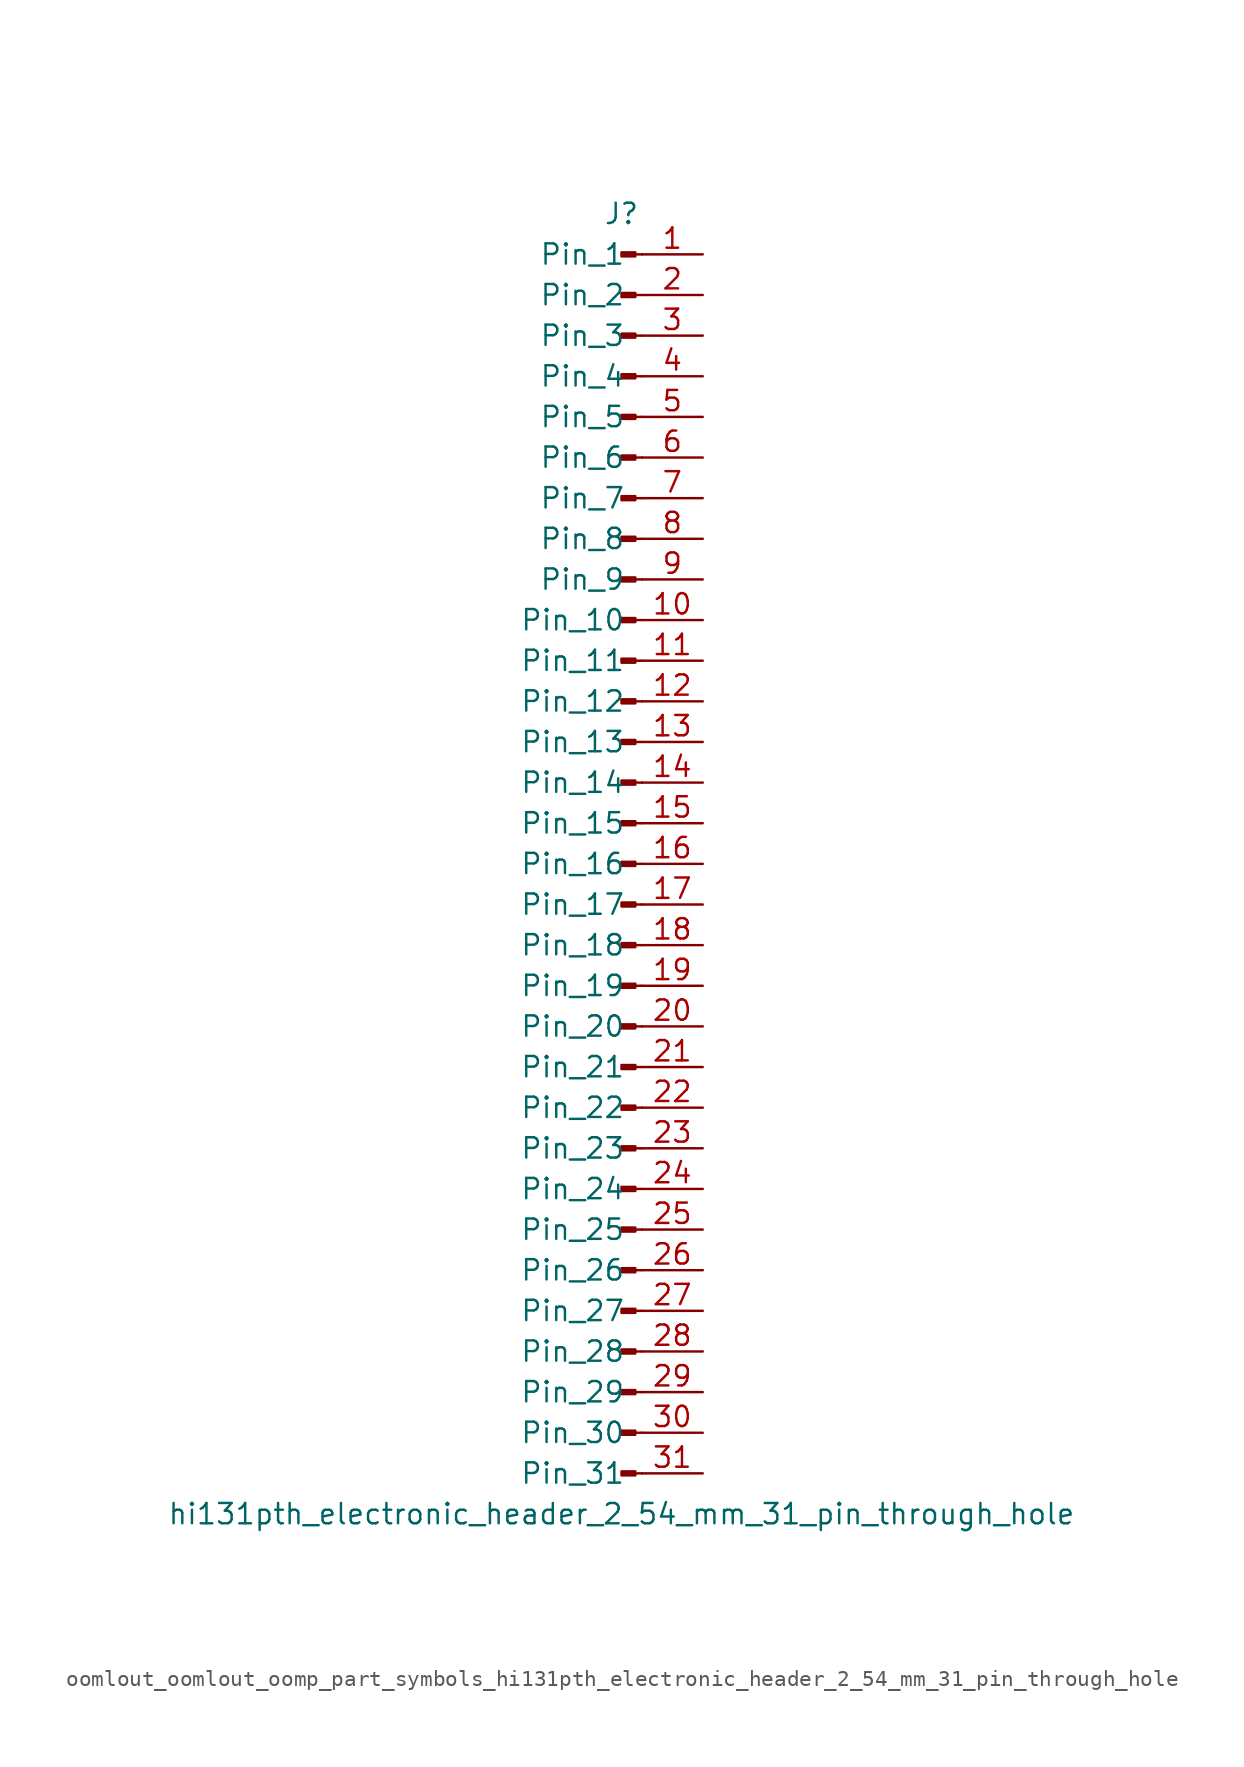
<source format=kicad_sym>
(kicad_symbol_lib
  (version 20220914)
  (generator kicad_symbol_editor)
  (symbol "oomlout_oomlout_oomp_part_symbols_hi131pth_electronic_header_2_54_mm_31_pin_through_hole"
    (pin_names
      (offset 1.016))
    (property "Reference" "J"
      (at 0 40.64 0)
      (effects (font (size 1.27 1.27))))
    (property "Value" "hi131pth_electronic_header_2_54_mm_31_pin_through_hole"
      (at 0 -40.64 0)
      (effects (font (size 1.27 1.27))))
    (property "ki_locked" ""
      (at 0 0 0)
      (effects (font (size 1.27 1.27))))
    (symbol "oomlout_oomlout_oomp_part_symbols_hi131pth_electronic_header_2_54_mm_31_pin_through_hole_1_1"
      (polyline (pts (xy 1.27 -38.1) (xy 0.864 -38.1)) (stroke (width 0.152) (type default)) (fill (type none)))
      (polyline (pts (xy 1.27 -35.56) (xy 0.864 -35.56)) (stroke (width 0.152) (type default)) (fill (type none)))
      (polyline (pts (xy 1.27 -33.02) (xy 0.864 -33.02)) (stroke (width 0.152) (type default)) (fill (type none)))
      (polyline (pts (xy 1.27 -30.48) (xy 0.864 -30.48)) (stroke (width 0.152) (type default)) (fill (type none)))
      (polyline (pts (xy 1.27 -27.94) (xy 0.864 -27.94)) (stroke (width 0.152) (type default)) (fill (type none)))
      (polyline (pts (xy 1.27 -25.4) (xy 0.864 -25.4)) (stroke (width 0.152) (type default)) (fill (type none)))
      (polyline (pts (xy 1.27 -22.86) (xy 0.864 -22.86)) (stroke (width 0.152) (type default)) (fill (type none)))
      (polyline (pts (xy 1.27 -20.32) (xy 0.864 -20.32)) (stroke (width 0.152) (type default)) (fill (type none)))
      (polyline (pts (xy 1.27 -17.78) (xy 0.864 -17.78)) (stroke (width 0.152) (type default)) (fill (type none)))
      (polyline (pts (xy 1.27 -15.24) (xy 0.864 -15.24)) (stroke (width 0.152) (type default)) (fill (type none)))
      (polyline (pts (xy 1.27 -12.7) (xy 0.864 -12.7)) (stroke (width 0.152) (type default)) (fill (type none)))
      (polyline (pts (xy 1.27 -10.16) (xy 0.864 -10.16)) (stroke (width 0.152) (type default)) (fill (type none)))
      (polyline (pts (xy 1.27 -7.62) (xy 0.864 -7.62)) (stroke (width 0.152) (type default)) (fill (type none)))
      (polyline (pts (xy 1.27 -5.08) (xy 0.864 -5.08)) (stroke (width 0.152) (type default)) (fill (type none)))
      (polyline (pts (xy 1.27 -2.54) (xy 0.864 -2.54)) (stroke (width 0.152) (type default)) (fill (type none)))
      (polyline (pts (xy 1.27 0) (xy 0.864 0)) (stroke (width 0.152) (type default)) (fill (type none)))
      (polyline (pts (xy 1.27 2.54) (xy 0.864 2.54)) (stroke (width 0.152) (type default)) (fill (type none)))
      (polyline (pts (xy 1.27 5.08) (xy 0.864 5.08)) (stroke (width 0.152) (type default)) (fill (type none)))
      (polyline (pts (xy 1.27 7.62) (xy 0.864 7.62)) (stroke (width 0.152) (type default)) (fill (type none)))
      (polyline (pts (xy 1.27 10.16) (xy 0.864 10.16)) (stroke (width 0.152) (type default)) (fill (type none)))
      (polyline (pts (xy 1.27 12.7) (xy 0.864 12.7)) (stroke (width 0.152) (type default)) (fill (type none)))
      (polyline (pts (xy 1.27 15.24) (xy 0.864 15.24)) (stroke (width 0.152) (type default)) (fill (type none)))
      (polyline (pts (xy 1.27 17.78) (xy 0.864 17.78)) (stroke (width 0.152) (type default)) (fill (type none)))
      (polyline (pts (xy 1.27 20.32) (xy 0.864 20.32)) (stroke (width 0.152) (type default)) (fill (type none)))
      (polyline (pts (xy 1.27 22.86) (xy 0.864 22.86)) (stroke (width 0.152) (type default)) (fill (type none)))
      (polyline (pts (xy 1.27 25.4) (xy 0.864 25.4)) (stroke (width 0.152) (type default)) (fill (type none)))
      (polyline (pts (xy 1.27 27.94) (xy 0.864 27.94)) (stroke (width 0.152) (type default)) (fill (type none)))
      (polyline (pts (xy 1.27 30.48) (xy 0.864 30.48)) (stroke (width 0.152) (type default)) (fill (type none)))
      (polyline (pts (xy 1.27 33.02) (xy 0.864 33.02)) (stroke (width 0.152) (type default)) (fill (type none)))
      (polyline (pts (xy 1.27 35.56) (xy 0.864 35.56)) (stroke (width 0.152) (type default)) (fill (type none)))
      (polyline (pts (xy 1.27 38.1) (xy 0.864 38.1)) (stroke (width 0.152) (type default)) (fill (type none)))
      (rectangle (start 0.864 -37.973) (end 0 -38.227) (stroke (width 0.152) (type default)) (fill (type outline)))
      (rectangle (start 0.864 -35.433) (end 0 -35.687) (stroke (width 0.152) (type default)) (fill (type outline)))
      (rectangle (start 0.864 -32.893) (end 0 -33.147) (stroke (width 0.152) (type default)) (fill (type outline)))
      (rectangle (start 0.864 -30.353) (end 0 -30.607) (stroke (width 0.152) (type default)) (fill (type outline)))
      (rectangle (start 0.864 -27.813) (end 0 -28.067) (stroke (width 0.152) (type default)) (fill (type outline)))
      (rectangle (start 0.864 -25.273) (end 0 -25.527) (stroke (width 0.152) (type default)) (fill (type outline)))
      (rectangle (start 0.864 -22.733) (end 0 -22.987) (stroke (width 0.152) (type default)) (fill (type outline)))
      (rectangle (start 0.864 -20.193) (end 0 -20.447) (stroke (width 0.152) (type default)) (fill (type outline)))
      (rectangle (start 0.864 -17.653) (end 0 -17.907) (stroke (width 0.152) (type default)) (fill (type outline)))
      (rectangle (start 0.864 -15.113) (end 0 -15.367) (stroke (width 0.152) (type default)) (fill (type outline)))
      (rectangle (start 0.864 -12.573) (end 0 -12.827) (stroke (width 0.152) (type default)) (fill (type outline)))
      (rectangle (start 0.864 -10.033) (end 0 -10.287) (stroke (width 0.152) (type default)) (fill (type outline)))
      (rectangle (start 0.864 -7.493) (end 0 -7.747) (stroke (width 0.152) (type default)) (fill (type outline)))
      (rectangle (start 0.864 -4.953) (end 0 -5.207) (stroke (width 0.152) (type default)) (fill (type outline)))
      (rectangle (start 0.864 -2.413) (end 0 -2.667) (stroke (width 0.152) (type default)) (fill (type outline)))
      (rectangle (start 0.864 0.127) (end 0 -0.127) (stroke (width 0.152) (type default)) (fill (type outline)))
      (rectangle (start 0.864 2.667) (end 0 2.413) (stroke (width 0.152) (type default)) (fill (type outline)))
      (rectangle (start 0.864 5.207) (end 0 4.953) (stroke (width 0.152) (type default)) (fill (type outline)))
      (rectangle (start 0.864 7.747) (end 0 7.493) (stroke (width 0.152) (type default)) (fill (type outline)))
      (rectangle (start 0.864 10.287) (end 0 10.033) (stroke (width 0.152) (type default)) (fill (type outline)))
      (rectangle (start 0.864 12.827) (end 0 12.573) (stroke (width 0.152) (type default)) (fill (type outline)))
      (rectangle (start 0.864 15.367) (end 0 15.113) (stroke (width 0.152) (type default)) (fill (type outline)))
      (rectangle (start 0.864 17.907) (end 0 17.653) (stroke (width 0.152) (type default)) (fill (type outline)))
      (rectangle (start 0.864 20.447) (end 0 20.193) (stroke (width 0.152) (type default)) (fill (type outline)))
      (rectangle (start 0.864 22.987) (end 0 22.733) (stroke (width 0.152) (type default)) (fill (type outline)))
      (rectangle (start 0.864 25.527) (end 0 25.273) (stroke (width 0.152) (type default)) (fill (type outline)))
      (rectangle (start 0.864 28.067) (end 0 27.813) (stroke (width 0.152) (type default)) (fill (type outline)))
      (rectangle (start 0.864 30.607) (end 0 30.353) (stroke (width 0.152) (type default)) (fill (type outline)))
      (rectangle (start 0.864 33.147) (end 0 32.893) (stroke (width 0.152) (type default)) (fill (type outline)))
      (rectangle (start 0.864 35.687) (end 0 35.433) (stroke (width 0.152) (type default)) (fill (type outline)))
      (rectangle (start 0.864 38.227) (end 0 37.973) (stroke (width 0.152) (type default)) (fill (type outline)))
      (pin passive line (at 5.08 38.1 180) (length 3.81) (name "Pin_1" (effects (font (size 1.27 1.27)))) (number "1" (effects (font (size 1.27 1.27)))))
      (pin passive line (at 5.08 15.24 180) (length 3.81) (name "Pin_10" (effects (font (size 1.27 1.27)))) (number "10" (effects (font (size 1.27 1.27)))))
      (pin passive line (at 5.08 12.7 180) (length 3.81) (name "Pin_11" (effects (font (size 1.27 1.27)))) (number "11" (effects (font (size 1.27 1.27)))))
      (pin passive line (at 5.08 10.16 180) (length 3.81) (name "Pin_12" (effects (font (size 1.27 1.27)))) (number "12" (effects (font (size 1.27 1.27)))))
      (pin passive line (at 5.08 7.62 180) (length 3.81) (name "Pin_13" (effects (font (size 1.27 1.27)))) (number "13" (effects (font (size 1.27 1.27)))))
      (pin passive line (at 5.08 5.08 180) (length 3.81) (name "Pin_14" (effects (font (size 1.27 1.27)))) (number "14" (effects (font (size 1.27 1.27)))))
      (pin passive line (at 5.08 2.54 180) (length 3.81) (name "Pin_15" (effects (font (size 1.27 1.27)))) (number "15" (effects (font (size 1.27 1.27)))))
      (pin passive line (at 5.08 0 180) (length 3.81) (name "Pin_16" (effects (font (size 1.27 1.27)))) (number "16" (effects (font (size 1.27 1.27)))))
      (pin passive line (at 5.08 -2.54 180) (length 3.81) (name "Pin_17" (effects (font (size 1.27 1.27)))) (number "17" (effects (font (size 1.27 1.27)))))
      (pin passive line (at 5.08 -5.08 180) (length 3.81) (name "Pin_18" (effects (font (size 1.27 1.27)))) (number "18" (effects (font (size 1.27 1.27)))))
      (pin passive line (at 5.08 -7.62 180) (length 3.81) (name "Pin_19" (effects (font (size 1.27 1.27)))) (number "19" (effects (font (size 1.27 1.27)))))
      (pin passive line (at 5.08 35.56 180) (length 3.81) (name "Pin_2" (effects (font (size 1.27 1.27)))) (number "2" (effects (font (size 1.27 1.27)))))
      (pin passive line (at 5.08 -10.16 180) (length 3.81) (name "Pin_20" (effects (font (size 1.27 1.27)))) (number "20" (effects (font (size 1.27 1.27)))))
      (pin passive line (at 5.08 -12.7 180) (length 3.81) (name "Pin_21" (effects (font (size 1.27 1.27)))) (number "21" (effects (font (size 1.27 1.27)))))
      (pin passive line (at 5.08 -15.24 180) (length 3.81) (name "Pin_22" (effects (font (size 1.27 1.27)))) (number "22" (effects (font (size 1.27 1.27)))))
      (pin passive line (at 5.08 -17.78 180) (length 3.81) (name "Pin_23" (effects (font (size 1.27 1.27)))) (number "23" (effects (font (size 1.27 1.27)))))
      (pin passive line (at 5.08 -20.32 180) (length 3.81) (name "Pin_24" (effects (font (size 1.27 1.27)))) (number "24" (effects (font (size 1.27 1.27)))))
      (pin passive line (at 5.08 -22.86 180) (length 3.81) (name "Pin_25" (effects (font (size 1.27 1.27)))) (number "25" (effects (font (size 1.27 1.27)))))
      (pin passive line (at 5.08 -25.4 180) (length 3.81) (name "Pin_26" (effects (font (size 1.27 1.27)))) (number "26" (effects (font (size 1.27 1.27)))))
      (pin passive line (at 5.08 -27.94 180) (length 3.81) (name "Pin_27" (effects (font (size 1.27 1.27)))) (number "27" (effects (font (size 1.27 1.27)))))
      (pin passive line (at 5.08 -30.48 180) (length 3.81) (name "Pin_28" (effects (font (size 1.27 1.27)))) (number "28" (effects (font (size 1.27 1.27)))))
      (pin passive line (at 5.08 -33.02 180) (length 3.81) (name "Pin_29" (effects (font (size 1.27 1.27)))) (number "29" (effects (font (size 1.27 1.27)))))
      (pin passive line (at 5.08 33.02 180) (length 3.81) (name "Pin_3" (effects (font (size 1.27 1.27)))) (number "3" (effects (font (size 1.27 1.27)))))
      (pin passive line (at 5.08 -35.56 180) (length 3.81) (name "Pin_30" (effects (font (size 1.27 1.27)))) (number "30" (effects (font (size 1.27 1.27)))))
      (pin passive line (at 5.08 -38.1 180) (length 3.81) (name "Pin_31" (effects (font (size 1.27 1.27)))) (number "31" (effects (font (size 1.27 1.27)))))
      (pin passive line (at 5.08 30.48 180) (length 3.81) (name "Pin_4" (effects (font (size 1.27 1.27)))) (number "4" (effects (font (size 1.27 1.27)))))
      (pin passive line (at 5.08 27.94 180) (length 3.81) (name "Pin_5" (effects (font (size 1.27 1.27)))) (number "5" (effects (font (size 1.27 1.27)))))
      (pin passive line (at 5.08 25.4 180) (length 3.81) (name "Pin_6" (effects (font (size 1.27 1.27)))) (number "6" (effects (font (size 1.27 1.27)))))
      (pin passive line (at 5.08 22.86 180) (length 3.81) (name "Pin_7" (effects (font (size 1.27 1.27)))) (number "7" (effects (font (size 1.27 1.27)))))
      (pin passive line (at 5.08 20.32 180) (length 3.81) (name "Pin_8" (effects (font (size 1.27 1.27)))) (number "8" (effects (font (size 1.27 1.27)))))
      (pin passive line (at 5.08 17.78 180) (length 3.81) (name "Pin_9" (effects (font (size 1.27 1.27)))) (number "9" (effects (font (size 1.27 1.27))))))))
</source>
